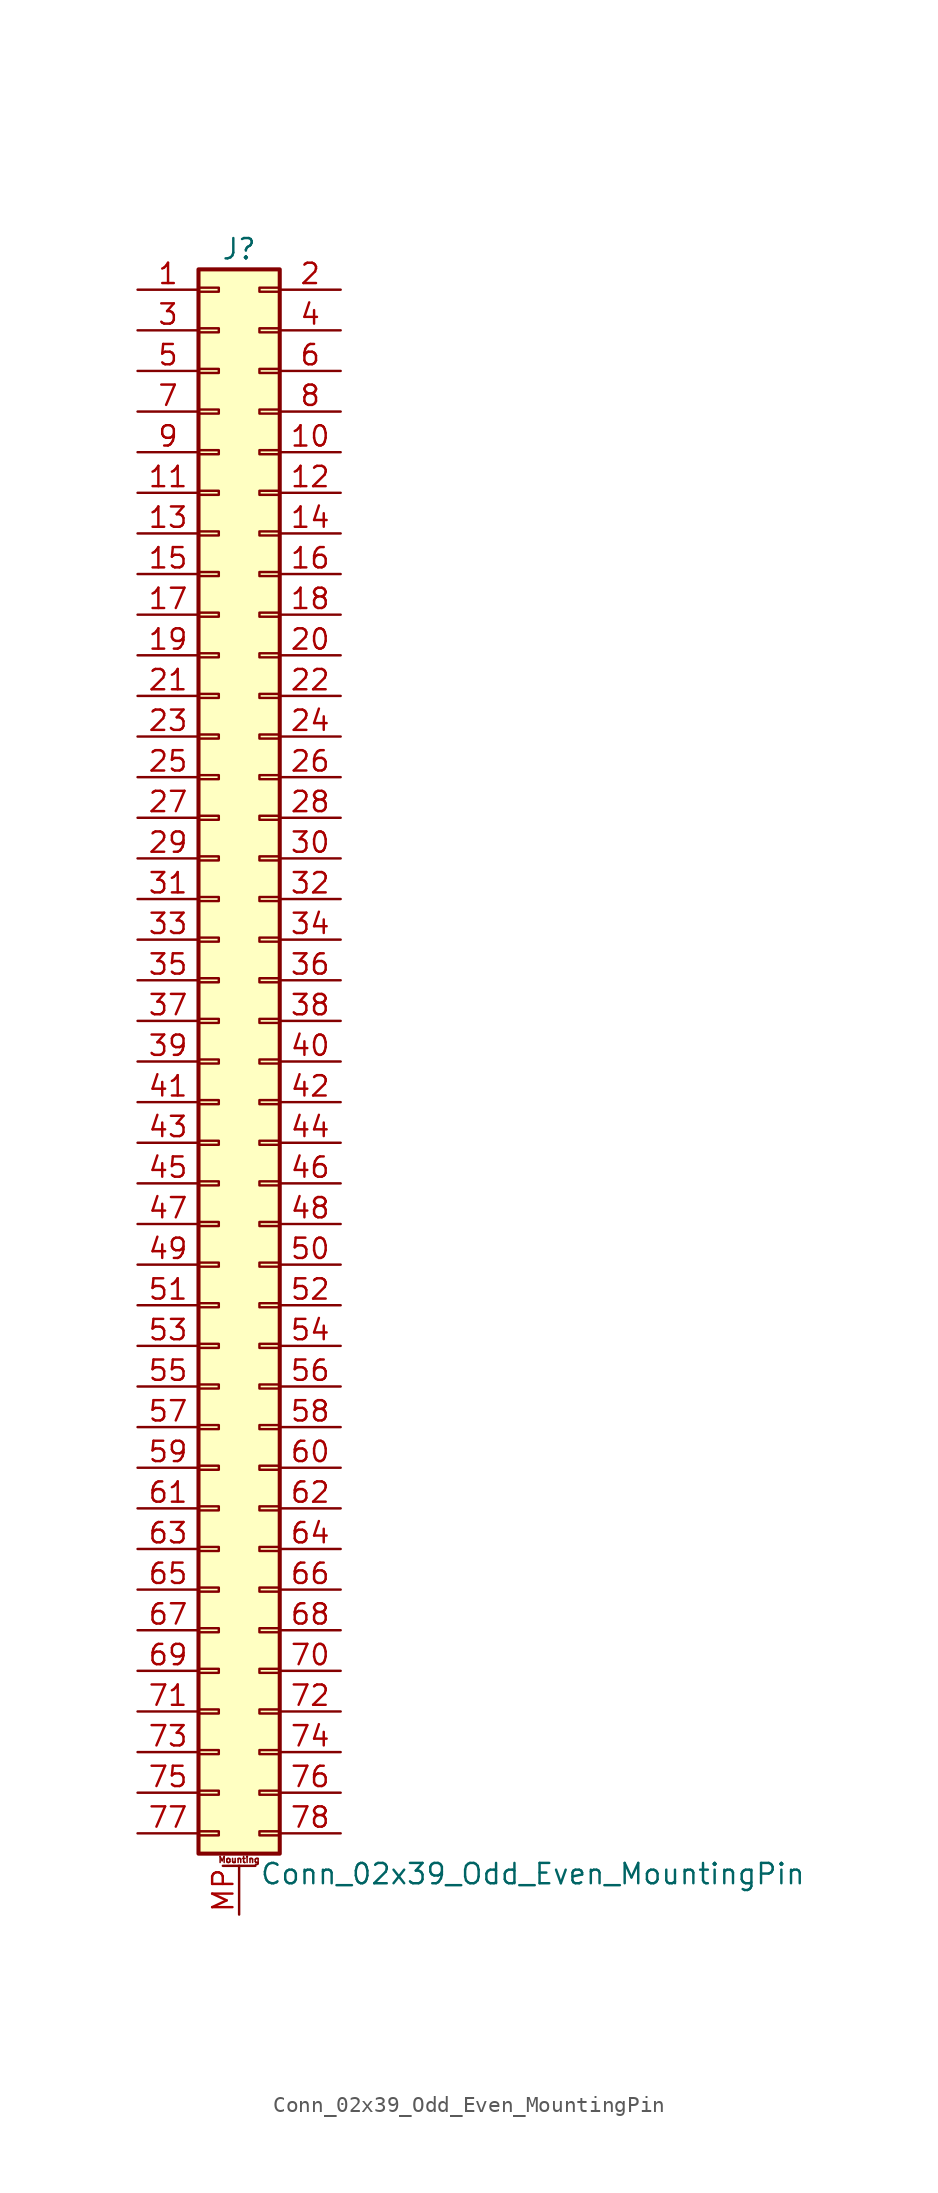
<source format=kicad_sym>
(kicad_symbol_lib
  (version 20201005)
  (generator kicad_symbol_editor)
  (symbol "Conn_02x39_Odd_Even_MountingPin"
    (pin_names
      (offset 1.016) hide)
    (property "Reference" "J"
      (at 1.27 50.8 0)
      (effects (font (size 1.27 1.27))))
    (property "Value" "Conn_02x39_Odd_Even_MountingPin"
      (at 2.54 -50.8 0)
      (effects (font (size 1.27 1.27)) (justify left)))
    (symbol "Conn_02x39_Odd_Even_MountingPin_1_1"
      (text "Mounting" (at 1.27 -49.911 0) (effects (font (size 0.381 0.381))))
      (rectangle (start -1.27 -48.133) (end 0 -48.387) (stroke (width 0.152)) (fill (type none)))
      (rectangle (start -1.27 -45.593) (end 0 -45.847) (stroke (width 0.152)) (fill (type none)))
      (rectangle (start -1.27 -43.053) (end 0 -43.307) (stroke (width 0.152)) (fill (type none)))
      (rectangle (start -1.27 -40.513) (end 0 -40.767) (stroke (width 0.152)) (fill (type none)))
      (rectangle (start -1.27 -37.973) (end 0 -38.227) (stroke (width 0.152)) (fill (type none)))
      (rectangle (start -1.27 -35.433) (end 0 -35.687) (stroke (width 0.152)) (fill (type none)))
      (rectangle (start -1.27 -32.893) (end 0 -33.147) (stroke (width 0.152)) (fill (type none)))
      (rectangle (start -1.27 -30.353) (end 0 -30.607) (stroke (width 0.152)) (fill (type none)))
      (rectangle (start -1.27 -27.813) (end 0 -28.067) (stroke (width 0.152)) (fill (type none)))
      (rectangle (start -1.27 -25.273) (end 0 -25.527) (stroke (width 0.152)) (fill (type none)))
      (rectangle (start -1.27 -22.733) (end 0 -22.987) (stroke (width 0.152)) (fill (type none)))
      (rectangle (start -1.27 -20.193) (end 0 -20.447) (stroke (width 0.152)) (fill (type none)))
      (rectangle (start -1.27 -17.653) (end 0 -17.907) (stroke (width 0.152)) (fill (type none)))
      (rectangle (start -1.27 -15.113) (end 0 -15.367) (stroke (width 0.152)) (fill (type none)))
      (rectangle (start -1.27 -12.573) (end 0 -12.827) (stroke (width 0.152)) (fill (type none)))
      (rectangle (start -1.27 -10.033) (end 0 -10.287) (stroke (width 0.152)) (fill (type none)))
      (rectangle (start -1.27 -7.493) (end 0 -7.747) (stroke (width 0.152)) (fill (type none)))
      (rectangle (start -1.27 -4.953) (end 0 -5.207) (stroke (width 0.152)) (fill (type none)))
      (rectangle (start -1.27 -2.413) (end 0 -2.667) (stroke (width 0.152)) (fill (type none)))
      (rectangle (start -1.27 0.127) (end 0 -0.127) (stroke (width 0.152)) (fill (type none)))
      (rectangle (start -1.27 2.667) (end 0 2.413) (stroke (width 0.152)) (fill (type none)))
      (rectangle (start -1.27 5.207) (end 0 4.953) (stroke (width 0.152)) (fill (type none)))
      (rectangle (start -1.27 7.747) (end 0 7.493) (stroke (width 0.152)) (fill (type none)))
      (rectangle (start -1.27 10.287) (end 0 10.033) (stroke (width 0.152)) (fill (type none)))
      (rectangle (start -1.27 12.827) (end 0 12.573) (stroke (width 0.152)) (fill (type none)))
      (rectangle (start -1.27 15.367) (end 0 15.113) (stroke (width 0.152)) (fill (type none)))
      (rectangle (start -1.27 17.907) (end 0 17.653) (stroke (width 0.152)) (fill (type none)))
      (rectangle (start -1.27 20.447) (end 0 20.193) (stroke (width 0.152)) (fill (type none)))
      (rectangle (start -1.27 22.987) (end 0 22.733) (stroke (width 0.152)) (fill (type none)))
      (rectangle (start -1.27 25.527) (end 0 25.273) (stroke (width 0.152)) (fill (type none)))
      (rectangle (start -1.27 28.067) (end 0 27.813) (stroke (width 0.152)) (fill (type none)))
      (rectangle (start -1.27 30.607) (end 0 30.353) (stroke (width 0.152)) (fill (type none)))
      (rectangle (start -1.27 33.147) (end 0 32.893) (stroke (width 0.152)) (fill (type none)))
      (rectangle (start -1.27 35.687) (end 0 35.433) (stroke (width 0.152)) (fill (type none)))
      (rectangle (start -1.27 38.227) (end 0 37.973) (stroke (width 0.152)) (fill (type none)))
      (rectangle (start -1.27 40.767) (end 0 40.513) (stroke (width 0.152)) (fill (type none)))
      (rectangle (start -1.27 43.307) (end 0 43.053) (stroke (width 0.152)) (fill (type none)))
      (rectangle (start -1.27 45.847) (end 0 45.593) (stroke (width 0.152)) (fill (type none)))
      (rectangle (start -1.27 48.387) (end 0 48.133) (stroke (width 0.152)) (fill (type none)))
      (rectangle (start -1.27 49.53) (end 3.81 -49.53) (stroke (width 0.254)) (fill (type background)))
      (rectangle (start 3.81 -48.133) (end 2.54 -48.387) (stroke (width 0.152)) (fill (type none)))
      (rectangle (start 3.81 -45.593) (end 2.54 -45.847) (stroke (width 0.152)) (fill (type none)))
      (rectangle (start 3.81 -43.053) (end 2.54 -43.307) (stroke (width 0.152)) (fill (type none)))
      (rectangle (start 3.81 -40.513) (end 2.54 -40.767) (stroke (width 0.152)) (fill (type none)))
      (rectangle (start 3.81 -37.973) (end 2.54 -38.227) (stroke (width 0.152)) (fill (type none)))
      (rectangle (start 3.81 -35.433) (end 2.54 -35.687) (stroke (width 0.152)) (fill (type none)))
      (rectangle (start 3.81 -32.893) (end 2.54 -33.147) (stroke (width 0.152)) (fill (type none)))
      (rectangle (start 3.81 -30.353) (end 2.54 -30.607) (stroke (width 0.152)) (fill (type none)))
      (rectangle (start 3.81 -27.813) (end 2.54 -28.067) (stroke (width 0.152)) (fill (type none)))
      (rectangle (start 3.81 -25.273) (end 2.54 -25.527) (stroke (width 0.152)) (fill (type none)))
      (rectangle (start 3.81 -22.733) (end 2.54 -22.987) (stroke (width 0.152)) (fill (type none)))
      (rectangle (start 3.81 -20.193) (end 2.54 -20.447) (stroke (width 0.152)) (fill (type none)))
      (rectangle (start 3.81 -17.653) (end 2.54 -17.907) (stroke (width 0.152)) (fill (type none)))
      (rectangle (start 3.81 -15.113) (end 2.54 -15.367) (stroke (width 0.152)) (fill (type none)))
      (rectangle (start 3.81 -12.573) (end 2.54 -12.827) (stroke (width 0.152)) (fill (type none)))
      (rectangle (start 3.81 -10.033) (end 2.54 -10.287) (stroke (width 0.152)) (fill (type none)))
      (rectangle (start 3.81 -7.493) (end 2.54 -7.747) (stroke (width 0.152)) (fill (type none)))
      (rectangle (start 3.81 -4.953) (end 2.54 -5.207) (stroke (width 0.152)) (fill (type none)))
      (rectangle (start 3.81 -2.413) (end 2.54 -2.667) (stroke (width 0.152)) (fill (type none)))
      (rectangle (start 3.81 0.127) (end 2.54 -0.127) (stroke (width 0.152)) (fill (type none)))
      (rectangle (start 3.81 2.667) (end 2.54 2.413) (stroke (width 0.152)) (fill (type none)))
      (rectangle (start 3.81 5.207) (end 2.54 4.953) (stroke (width 0.152)) (fill (type none)))
      (rectangle (start 3.81 7.747) (end 2.54 7.493) (stroke (width 0.152)) (fill (type none)))
      (rectangle (start 3.81 10.287) (end 2.54 10.033) (stroke (width 0.152)) (fill (type none)))
      (rectangle (start 3.81 12.827) (end 2.54 12.573) (stroke (width 0.152)) (fill (type none)))
      (rectangle (start 3.81 15.367) (end 2.54 15.113) (stroke (width 0.152)) (fill (type none)))
      (rectangle (start 3.81 17.907) (end 2.54 17.653) (stroke (width 0.152)) (fill (type none)))
      (rectangle (start 3.81 20.447) (end 2.54 20.193) (stroke (width 0.152)) (fill (type none)))
      (rectangle (start 3.81 22.987) (end 2.54 22.733) (stroke (width 0.152)) (fill (type none)))
      (rectangle (start 3.81 25.527) (end 2.54 25.273) (stroke (width 0.152)) (fill (type none)))
      (rectangle (start 3.81 28.067) (end 2.54 27.813) (stroke (width 0.152)) (fill (type none)))
      (rectangle (start 3.81 30.607) (end 2.54 30.353) (stroke (width 0.152)) (fill (type none)))
      (rectangle (start 3.81 33.147) (end 2.54 32.893) (stroke (width 0.152)) (fill (type none)))
      (rectangle (start 3.81 35.687) (end 2.54 35.433) (stroke (width 0.152)) (fill (type none)))
      (rectangle (start 3.81 38.227) (end 2.54 37.973) (stroke (width 0.152)) (fill (type none)))
      (rectangle (start 3.81 40.767) (end 2.54 40.513) (stroke (width 0.152)) (fill (type none)))
      (rectangle (start 3.81 43.307) (end 2.54 43.053) (stroke (width 0.152)) (fill (type none)))
      (rectangle (start 3.81 45.847) (end 2.54 45.593) (stroke (width 0.152)) (fill (type none)))
      (rectangle (start 3.81 48.387) (end 2.54 48.133) (stroke (width 0.152)) (fill (type none)))
      (polyline (pts (xy 0.254 -50.292) (xy 2.286 -50.292)) (stroke (width 0.152)) (fill (type none)))
      (pin passive line (at -5.08 48.26 0) (length 3.81) (name "Pin_1" (effects (font (size 1.27 1.27)))) (number "1" (effects (font (size 1.27 1.27)))))
      (pin passive line (at 7.62 38.1 180) (length 3.81) (name "Pin_10" (effects (font (size 1.27 1.27)))) (number "10" (effects (font (size 1.27 1.27)))))
      (pin passive line (at -5.08 35.56 0) (length 3.81) (name "Pin_11" (effects (font (size 1.27 1.27)))) (number "11" (effects (font (size 1.27 1.27)))))
      (pin passive line (at 7.62 35.56 180) (length 3.81) (name "Pin_12" (effects (font (size 1.27 1.27)))) (number "12" (effects (font (size 1.27 1.27)))))
      (pin passive line (at -5.08 33.02 0) (length 3.81) (name "Pin_13" (effects (font (size 1.27 1.27)))) (number "13" (effects (font (size 1.27 1.27)))))
      (pin passive line (at 7.62 33.02 180) (length 3.81) (name "Pin_14" (effects (font (size 1.27 1.27)))) (number "14" (effects (font (size 1.27 1.27)))))
      (pin passive line (at -5.08 30.48 0) (length 3.81) (name "Pin_15" (effects (font (size 1.27 1.27)))) (number "15" (effects (font (size 1.27 1.27)))))
      (pin passive line (at 7.62 30.48 180) (length 3.81) (name "Pin_16" (effects (font (size 1.27 1.27)))) (number "16" (effects (font (size 1.27 1.27)))))
      (pin passive line (at -5.08 27.94 0) (length 3.81) (name "Pin_17" (effects (font (size 1.27 1.27)))) (number "17" (effects (font (size 1.27 1.27)))))
      (pin passive line (at 7.62 27.94 180) (length 3.81) (name "Pin_18" (effects (font (size 1.27 1.27)))) (number "18" (effects (font (size 1.27 1.27)))))
      (pin passive line (at -5.08 25.4 0) (length 3.81) (name "Pin_19" (effects (font (size 1.27 1.27)))) (number "19" (effects (font (size 1.27 1.27)))))
      (pin passive line (at 7.62 48.26 180) (length 3.81) (name "Pin_2" (effects (font (size 1.27 1.27)))) (number "2" (effects (font (size 1.27 1.27)))))
      (pin passive line (at 7.62 25.4 180) (length 3.81) (name "Pin_20" (effects (font (size 1.27 1.27)))) (number "20" (effects (font (size 1.27 1.27)))))
      (pin passive line (at -5.08 22.86 0) (length 3.81) (name "Pin_21" (effects (font (size 1.27 1.27)))) (number "21" (effects (font (size 1.27 1.27)))))
      (pin passive line (at 7.62 22.86 180) (length 3.81) (name "Pin_22" (effects (font (size 1.27 1.27)))) (number "22" (effects (font (size 1.27 1.27)))))
      (pin passive line (at -5.08 20.32 0) (length 3.81) (name "Pin_23" (effects (font (size 1.27 1.27)))) (number "23" (effects (font (size 1.27 1.27)))))
      (pin passive line (at 7.62 20.32 180) (length 3.81) (name "Pin_24" (effects (font (size 1.27 1.27)))) (number "24" (effects (font (size 1.27 1.27)))))
      (pin passive line (at -5.08 17.78 0) (length 3.81) (name "Pin_25" (effects (font (size 1.27 1.27)))) (number "25" (effects (font (size 1.27 1.27)))))
      (pin passive line (at 7.62 17.78 180) (length 3.81) (name "Pin_26" (effects (font (size 1.27 1.27)))) (number "26" (effects (font (size 1.27 1.27)))))
      (pin passive line (at -5.08 15.24 0) (length 3.81) (name "Pin_27" (effects (font (size 1.27 1.27)))) (number "27" (effects (font (size 1.27 1.27)))))
      (pin passive line (at 7.62 15.24 180) (length 3.81) (name "Pin_28" (effects (font (size 1.27 1.27)))) (number "28" (effects (font (size 1.27 1.27)))))
      (pin passive line (at -5.08 12.7 0) (length 3.81) (name "Pin_29" (effects (font (size 1.27 1.27)))) (number "29" (effects (font (size 1.27 1.27)))))
      (pin passive line (at -5.08 45.72 0) (length 3.81) (name "Pin_3" (effects (font (size 1.27 1.27)))) (number "3" (effects (font (size 1.27 1.27)))))
      (pin passive line (at 7.62 12.7 180) (length 3.81) (name "Pin_30" (effects (font (size 1.27 1.27)))) (number "30" (effects (font (size 1.27 1.27)))))
      (pin passive line (at -5.08 10.16 0) (length 3.81) (name "Pin_31" (effects (font (size 1.27 1.27)))) (number "31" (effects (font (size 1.27 1.27)))))
      (pin passive line (at 7.62 10.16 180) (length 3.81) (name "Pin_32" (effects (font (size 1.27 1.27)))) (number "32" (effects (font (size 1.27 1.27)))))
      (pin passive line (at -5.08 7.62 0) (length 3.81) (name "Pin_33" (effects (font (size 1.27 1.27)))) (number "33" (effects (font (size 1.27 1.27)))))
      (pin passive line (at 7.62 7.62 180) (length 3.81) (name "Pin_34" (effects (font (size 1.27 1.27)))) (number "34" (effects (font (size 1.27 1.27)))))
      (pin passive line (at -5.08 5.08 0) (length 3.81) (name "Pin_35" (effects (font (size 1.27 1.27)))) (number "35" (effects (font (size 1.27 1.27)))))
      (pin passive line (at 7.62 5.08 180) (length 3.81) (name "Pin_36" (effects (font (size 1.27 1.27)))) (number "36" (effects (font (size 1.27 1.27)))))
      (pin passive line (at -5.08 2.54 0) (length 3.81) (name "Pin_37" (effects (font (size 1.27 1.27)))) (number "37" (effects (font (size 1.27 1.27)))))
      (pin passive line (at 7.62 2.54 180) (length 3.81) (name "Pin_38" (effects (font (size 1.27 1.27)))) (number "38" (effects (font (size 1.27 1.27)))))
      (pin passive line (at -5.08 0 0) (length 3.81) (name "Pin_39" (effects (font (size 1.27 1.27)))) (number "39" (effects (font (size 1.27 1.27)))))
      (pin passive line (at 7.62 45.72 180) (length 3.81) (name "Pin_4" (effects (font (size 1.27 1.27)))) (number "4" (effects (font (size 1.27 1.27)))))
      (pin passive line (at 7.62 0 180) (length 3.81) (name "Pin_40" (effects (font (size 1.27 1.27)))) (number "40" (effects (font (size 1.27 1.27)))))
      (pin passive line (at -5.08 -2.54 0) (length 3.81) (name "Pin_41" (effects (font (size 1.27 1.27)))) (number "41" (effects (font (size 1.27 1.27)))))
      (pin passive line (at 7.62 -2.54 180) (length 3.81) (name "Pin_42" (effects (font (size 1.27 1.27)))) (number "42" (effects (font (size 1.27 1.27)))))
      (pin passive line (at -5.08 -5.08 0) (length 3.81) (name "Pin_43" (effects (font (size 1.27 1.27)))) (number "43" (effects (font (size 1.27 1.27)))))
      (pin passive line (at 7.62 -5.08 180) (length 3.81) (name "Pin_44" (effects (font (size 1.27 1.27)))) (number "44" (effects (font (size 1.27 1.27)))))
      (pin passive line (at -5.08 -7.62 0) (length 3.81) (name "Pin_45" (effects (font (size 1.27 1.27)))) (number "45" (effects (font (size 1.27 1.27)))))
      (pin passive line (at 7.62 -7.62 180) (length 3.81) (name "Pin_46" (effects (font (size 1.27 1.27)))) (number "46" (effects (font (size 1.27 1.27)))))
      (pin passive line (at -5.08 -10.16 0) (length 3.81) (name "Pin_47" (effects (font (size 1.27 1.27)))) (number "47" (effects (font (size 1.27 1.27)))))
      (pin passive line (at 7.62 -10.16 180) (length 3.81) (name "Pin_48" (effects (font (size 1.27 1.27)))) (number "48" (effects (font (size 1.27 1.27)))))
      (pin passive line (at -5.08 -12.7 0) (length 3.81) (name "Pin_49" (effects (font (size 1.27 1.27)))) (number "49" (effects (font (size 1.27 1.27)))))
      (pin passive line (at -5.08 43.18 0) (length 3.81) (name "Pin_5" (effects (font (size 1.27 1.27)))) (number "5" (effects (font (size 1.27 1.27)))))
      (pin passive line (at 7.62 -12.7 180) (length 3.81) (name "Pin_50" (effects (font (size 1.27 1.27)))) (number "50" (effects (font (size 1.27 1.27)))))
      (pin passive line (at -5.08 -15.24 0) (length 3.81) (name "Pin_51" (effects (font (size 1.27 1.27)))) (number "51" (effects (font (size 1.27 1.27)))))
      (pin passive line (at 7.62 -15.24 180) (length 3.81) (name "Pin_52" (effects (font (size 1.27 1.27)))) (number "52" (effects (font (size 1.27 1.27)))))
      (pin passive line (at -5.08 -17.78 0) (length 3.81) (name "Pin_53" (effects (font (size 1.27 1.27)))) (number "53" (effects (font (size 1.27 1.27)))))
      (pin passive line (at 7.62 -17.78 180) (length 3.81) (name "Pin_54" (effects (font (size 1.27 1.27)))) (number "54" (effects (font (size 1.27 1.27)))))
      (pin passive line (at -5.08 -20.32 0) (length 3.81) (name "Pin_55" (effects (font (size 1.27 1.27)))) (number "55" (effects (font (size 1.27 1.27)))))
      (pin passive line (at 7.62 -20.32 180) (length 3.81) (name "Pin_56" (effects (font (size 1.27 1.27)))) (number "56" (effects (font (size 1.27 1.27)))))
      (pin passive line (at -5.08 -22.86 0) (length 3.81) (name "Pin_57" (effects (font (size 1.27 1.27)))) (number "57" (effects (font (size 1.27 1.27)))))
      (pin passive line (at 7.62 -22.86 180) (length 3.81) (name "Pin_58" (effects (font (size 1.27 1.27)))) (number "58" (effects (font (size 1.27 1.27)))))
      (pin passive line (at -5.08 -25.4 0) (length 3.81) (name "Pin_59" (effects (font (size 1.27 1.27)))) (number "59" (effects (font (size 1.27 1.27)))))
      (pin passive line (at 7.62 43.18 180) (length 3.81) (name "Pin_6" (effects (font (size 1.27 1.27)))) (number "6" (effects (font (size 1.27 1.27)))))
      (pin passive line (at 7.62 -25.4 180) (length 3.81) (name "Pin_60" (effects (font (size 1.27 1.27)))) (number "60" (effects (font (size 1.27 1.27)))))
      (pin passive line (at -5.08 -27.94 0) (length 3.81) (name "Pin_61" (effects (font (size 1.27 1.27)))) (number "61" (effects (font (size 1.27 1.27)))))
      (pin passive line (at 7.62 -27.94 180) (length 3.81) (name "Pin_62" (effects (font (size 1.27 1.27)))) (number "62" (effects (font (size 1.27 1.27)))))
      (pin passive line (at -5.08 -30.48 0) (length 3.81) (name "Pin_63" (effects (font (size 1.27 1.27)))) (number "63" (effects (font (size 1.27 1.27)))))
      (pin passive line (at 7.62 -30.48 180) (length 3.81) (name "Pin_64" (effects (font (size 1.27 1.27)))) (number "64" (effects (font (size 1.27 1.27)))))
      (pin passive line (at -5.08 -33.02 0) (length 3.81) (name "Pin_65" (effects (font (size 1.27 1.27)))) (number "65" (effects (font (size 1.27 1.27)))))
      (pin passive line (at 7.62 -33.02 180) (length 3.81) (name "Pin_66" (effects (font (size 1.27 1.27)))) (number "66" (effects (font (size 1.27 1.27)))))
      (pin passive line (at -5.08 -35.56 0) (length 3.81) (name "Pin_67" (effects (font (size 1.27 1.27)))) (number "67" (effects (font (size 1.27 1.27)))))
      (pin passive line (at 7.62 -35.56 180) (length 3.81) (name "Pin_68" (effects (font (size 1.27 1.27)))) (number "68" (effects (font (size 1.27 1.27)))))
      (pin passive line (at -5.08 -38.1 0) (length 3.81) (name "Pin_69" (effects (font (size 1.27 1.27)))) (number "69" (effects (font (size 1.27 1.27)))))
      (pin passive line (at -5.08 40.64 0) (length 3.81) (name "Pin_7" (effects (font (size 1.27 1.27)))) (number "7" (effects (font (size 1.27 1.27)))))
      (pin passive line (at 7.62 -38.1 180) (length 3.81) (name "Pin_70" (effects (font (size 1.27 1.27)))) (number "70" (effects (font (size 1.27 1.27)))))
      (pin passive line (at -5.08 -40.64 0) (length 3.81) (name "Pin_71" (effects (font (size 1.27 1.27)))) (number "71" (effects (font (size 1.27 1.27)))))
      (pin passive line (at 7.62 -40.64 180) (length 3.81) (name "Pin_72" (effects (font (size 1.27 1.27)))) (number "72" (effects (font (size 1.27 1.27)))))
      (pin passive line (at -5.08 -43.18 0) (length 3.81) (name "Pin_73" (effects (font (size 1.27 1.27)))) (number "73" (effects (font (size 1.27 1.27)))))
      (pin passive line (at 7.62 -43.18 180) (length 3.81) (name "Pin_74" (effects (font (size 1.27 1.27)))) (number "74" (effects (font (size 1.27 1.27)))))
      (pin passive line (at -5.08 -45.72 0) (length 3.81) (name "Pin_75" (effects (font (size 1.27 1.27)))) (number "75" (effects (font (size 1.27 1.27)))))
      (pin passive line (at 7.62 -45.72 180) (length 3.81) (name "Pin_76" (effects (font (size 1.27 1.27)))) (number "76" (effects (font (size 1.27 1.27)))))
      (pin passive line (at -5.08 -48.26 0) (length 3.81) (name "Pin_77" (effects (font (size 1.27 1.27)))) (number "77" (effects (font (size 1.27 1.27)))))
      (pin passive line (at 7.62 -48.26 180) (length 3.81) (name "Pin_78" (effects (font (size 1.27 1.27)))) (number "78" (effects (font (size 1.27 1.27)))))
      (pin passive line (at 7.62 40.64 180) (length 3.81) (name "Pin_8" (effects (font (size 1.27 1.27)))) (number "8" (effects (font (size 1.27 1.27)))))
      (pin passive line (at -5.08 38.1 0) (length 3.81) (name "Pin_9" (effects (font (size 1.27 1.27)))) (number "9" (effects (font (size 1.27 1.27)))))
      (pin passive line (at 1.27 -53.34 90) (length 3.048) (name "MountPin" (effects (font (size 1.27 1.27)))) (number "MP" (effects (font (size 1.27 1.27))))))))
</source>
